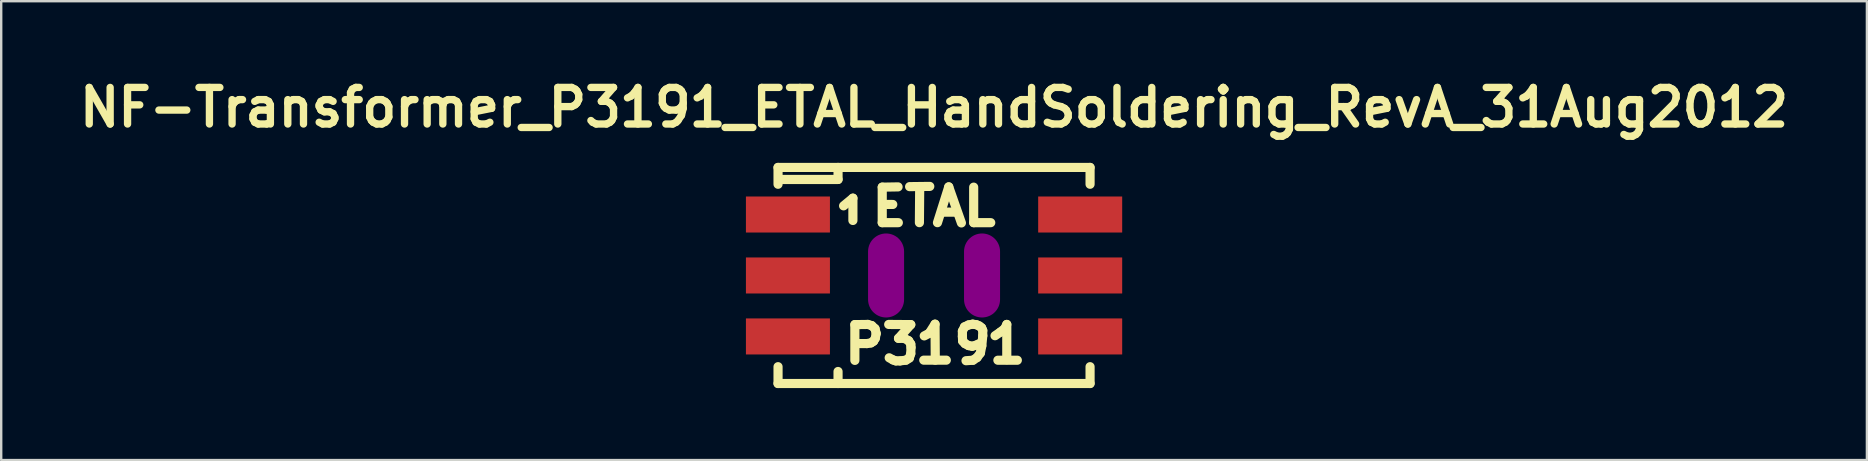
<source format=kicad_pcb>
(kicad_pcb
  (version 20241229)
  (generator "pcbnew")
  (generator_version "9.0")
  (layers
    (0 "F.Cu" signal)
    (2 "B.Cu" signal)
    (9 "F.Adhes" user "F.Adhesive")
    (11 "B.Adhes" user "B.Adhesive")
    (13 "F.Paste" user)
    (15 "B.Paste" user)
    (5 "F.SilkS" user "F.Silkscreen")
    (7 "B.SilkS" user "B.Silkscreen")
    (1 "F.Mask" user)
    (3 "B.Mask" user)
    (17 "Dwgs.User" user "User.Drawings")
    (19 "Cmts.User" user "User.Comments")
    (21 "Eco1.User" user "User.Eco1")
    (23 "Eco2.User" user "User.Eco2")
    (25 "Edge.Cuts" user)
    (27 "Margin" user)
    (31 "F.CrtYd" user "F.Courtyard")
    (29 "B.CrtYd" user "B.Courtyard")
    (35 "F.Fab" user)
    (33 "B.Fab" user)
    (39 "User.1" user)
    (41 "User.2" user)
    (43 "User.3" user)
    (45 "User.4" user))
  (footprint "NF-Transformer_P3191_ETAL_HandSoldering_RevA_31Aug2012"
    (layer "F.Cu")
    (at 35.865 8.427)
    (property "Reference" "NF-Transformer_P3191_ETAL_HandSoldering_RevA_31Aug2012" (at 0 -7 0) (layer "F.SilkS") (effects (font (size 1.524 1.524) (thickness 0.305))))
    (attr smd)
    (fp_line (start -6.5 -4.501) (end -6.5 -3.8) (stroke (width 0.381) (type solid)) (layer "F.SilkS"))
    (fp_line (start -6.5 3.8) (end -6.5 4.501) (stroke (width 0.381) (type solid)) (layer "F.SilkS"))
    (fp_line (start -6.5 4.501) (end 6.5 4.501) (stroke (width 0.381) (type solid)) (layer "F.SilkS"))
    (fp_line (start -4 -4.501) (end -4 -4) (stroke (width 0.381) (type solid)) (layer "F.SilkS"))
    (fp_line (start -4 -4) (end -6.421 -4) (stroke (width 0.381) (type solid)) (layer "F.SilkS"))
    (fp_line (start -4 4.501) (end -4 4) (stroke (width 0.381) (type solid)) (layer "F.SilkS"))
    (fp_line (start -3.769 -2.901) (end -3.381 -3.221) (stroke (width 0.381) (type solid)) (layer "F.SilkS"))
    (fp_line (start -3.381 -3.221) (end -3.381 -2.291) (stroke (width 0.381) (type solid)) (layer "F.SilkS"))
    (fp_line (start -3.299 2.047) (end -2.758 2.04) (stroke (width 0.381) (type solid)) (layer "F.SilkS"))
    (fp_line (start -3.299 3.538) (end -3.299 2.047) (stroke (width 0.381) (type solid)) (layer "F.SilkS"))
    (fp_line (start -2.799 2.837) (end -3.16 2.837) (stroke (width 0.381) (type solid)) (layer "F.SilkS"))
    (fp_line (start -2.758 2.04) (end -2.598 2.088) (stroke (width 0.381) (type solid)) (layer "F.SilkS"))
    (fp_line (start -2.629 2.809) (end -2.799 2.837) (stroke (width 0.381) (type solid)) (layer "F.SilkS"))
    (fp_line (start -2.598 2.088) (end -2.459 2.217) (stroke (width 0.381) (type solid)) (layer "F.SilkS"))
    (fp_line (start -2.52 2.738) (end -2.629 2.809) (stroke (width 0.381) (type solid)) (layer "F.SilkS"))
    (fp_line (start -2.459 2.217) (end -2.41 2.418) (stroke (width 0.381) (type solid)) (layer "F.SilkS"))
    (fp_line (start -2.449 2.619) (end -2.52 2.738) (stroke (width 0.381) (type solid)) (layer "F.SilkS"))
    (fp_line (start -2.41 2.418) (end -2.449 2.619) (stroke (width 0.381) (type solid)) (layer "F.SilkS"))
    (fp_line (start -2.159 -3.68) (end -2.159 -2.2) (stroke (width 0.381) (type solid)) (layer "F.SilkS"))
    (fp_line (start -2.159 -2.2) (end -1.488 -2.2) (stroke (width 0.381) (type solid)) (layer "F.SilkS"))
    (fp_line (start -2.129 -2.959) (end -1.72 -2.959) (stroke (width 0.381) (type solid)) (layer "F.SilkS"))
    (fp_line (start -1.89 2.04) (end -0.97 2.047) (stroke (width 0.381) (type solid)) (layer "F.SilkS"))
    (fp_line (start -1.709 3.518) (end -1.869 3.429) (stroke (width 0.381) (type solid)) (layer "F.SilkS"))
    (fp_line (start -1.59 3.559) (end -1.709 3.518) (stroke (width 0.381) (type solid)) (layer "F.SilkS"))
    (fp_line (start -1.499 -3.691) (end -2.159 -3.68) (stroke (width 0.381) (type solid)) (layer "F.SilkS"))
    (fp_line (start -1.481 2.619) (end -1.24 2.619) (stroke (width 0.381) (type solid)) (layer "F.SilkS"))
    (fp_line (start -1.42 3.559) (end -1.59 3.559) (stroke (width 0.381) (type solid)) (layer "F.SilkS"))
    (fp_line (start -1.24 2.619) (end -1.059 2.718) (stroke (width 0.381) (type solid)) (layer "F.SilkS"))
    (fp_line (start -1.171 3.528) (end -1.42 3.559) (stroke (width 0.381) (type solid)) (layer "F.SilkS"))
    (fp_line (start -1.059 2.718) (end -0.97 2.857) (stroke (width 0.381) (type solid)) (layer "F.SilkS"))
    (fp_line (start -1.029 3.439) (end -1.171 3.528) (stroke (width 0.381) (type solid)) (layer "F.SilkS"))
    (fp_line (start -1.019 -3.701) (end -0.178 -3.711) (stroke (width 0.381) (type solid)) (layer "F.SilkS"))
    (fp_line (start -0.97 2.047) (end -1.481 2.619) (stroke (width 0.381) (type solid)) (layer "F.SilkS"))
    (fp_line (start -0.97 2.857) (end -0.96 2.997) (stroke (width 0.381) (type solid)) (layer "F.SilkS"))
    (fp_line (start -0.97 3.259) (end -1.029 3.439) (stroke (width 0.381) (type solid)) (layer "F.SilkS"))
    (fp_line (start -0.96 2.997) (end -0.97 3.259) (stroke (width 0.381) (type solid)) (layer "F.SilkS"))
    (fp_line (start -0.61 -2.2) (end -0.599 -3.589) (stroke (width 0.381) (type solid)) (layer "F.SilkS"))
    (fp_line (start -0.429 3.528) (end 0.511 3.528) (stroke (width 0.381) (type solid)) (layer "F.SilkS"))
    (fp_line (start -0.409 2.517) (end -0.201 2.408) (stroke (width 0.381) (type solid)) (layer "F.SilkS"))
    (fp_line (start -0.201 2.408) (end 0.041 2.029) (stroke (width 0.381) (type solid)) (layer "F.SilkS"))
    (fp_line (start 0.041 2.029) (end 0.051 3.528) (stroke (width 0.381) (type solid)) (layer "F.SilkS"))
    (fp_line (start 0.142 -2.2) (end 0.612 -3.691) (stroke (width 0.381) (type solid)) (layer "F.SilkS"))
    (fp_line (start 0.32 -2.639) (end 0.861 -2.639) (stroke (width 0.381) (type solid)) (layer "F.SilkS"))
    (fp_line (start 0.612 -3.691) (end 1.14 -2.189) (stroke (width 0.381) (type solid)) (layer "F.SilkS"))
    (fp_line (start 1.181 2.319) (end 1.181 2.54) (stroke (width 0.381) (type solid)) (layer "F.SilkS"))
    (fp_line (start 1.181 2.54) (end 1.191 2.731) (stroke (width 0.381) (type solid)) (layer "F.SilkS"))
    (fp_line (start 1.191 2.731) (end 1.29 2.84) (stroke (width 0.381) (type solid)) (layer "F.SilkS"))
    (fp_line (start 1.27 2.141) (end 1.181 2.319) (stroke (width 0.381) (type solid)) (layer "F.SilkS"))
    (fp_line (start 1.29 2.84) (end 1.44 2.921) (stroke (width 0.381) (type solid)) (layer "F.SilkS"))
    (fp_line (start 1.331 3.551) (end 1.621 3.531) (stroke (width 0.381) (type solid)) (layer "F.SilkS"))
    (fp_line (start 1.44 2.06) (end 1.27 2.141) (stroke (width 0.381) (type solid)) (layer "F.SilkS"))
    (fp_line (start 1.44 2.921) (end 1.59 2.949) (stroke (width 0.381) (type solid)) (layer "F.SilkS"))
    (fp_line (start 1.59 2.949) (end 1.76 2.901) (stroke (width 0.381) (type solid)) (layer "F.SilkS"))
    (fp_line (start 1.61 2.029) (end 1.44 2.06) (stroke (width 0.381) (type solid)) (layer "F.SilkS"))
    (fp_line (start 1.621 3.531) (end 1.791 3.419) (stroke (width 0.381) (type solid)) (layer "F.SilkS"))
    (fp_line (start 1.651 -3.68) (end 1.651 -2.2) (stroke (width 0.381) (type solid)) (layer "F.SilkS"))
    (fp_line (start 1.651 -2.2) (end 2.362 -2.2) (stroke (width 0.381) (type solid)) (layer "F.SilkS"))
    (fp_line (start 1.76 2.05) (end 1.61 2.029) (stroke (width 0.381) (type solid)) (layer "F.SilkS"))
    (fp_line (start 1.76 2.901) (end 1.88 2.84) (stroke (width 0.381) (type solid)) (layer "F.SilkS"))
    (fp_line (start 1.791 3.419) (end 1.93 3.231) (stroke (width 0.381) (type solid)) (layer "F.SilkS"))
    (fp_line (start 1.88 2.101) (end 1.76 2.05) (stroke (width 0.381) (type solid)) (layer "F.SilkS"))
    (fp_line (start 1.93 3.231) (end 1.989 2.931) (stroke (width 0.381) (type solid)) (layer "F.SilkS"))
    (fp_line (start 1.981 2.179) (end 1.88 2.101) (stroke (width 0.381) (type solid)) (layer "F.SilkS"))
    (fp_line (start 1.989 2.931) (end 2.029 2.51) (stroke (width 0.381) (type solid)) (layer "F.SilkS"))
    (fp_line (start 2.029 2.291) (end 1.981 2.179) (stroke (width 0.381) (type solid)) (layer "F.SilkS"))
    (fp_line (start 2.029 2.51) (end 2.029 2.291) (stroke (width 0.381) (type solid)) (layer "F.SilkS"))
    (fp_line (start 2.54 2.51) (end 2.761 2.36) (stroke (width 0.381) (type solid)) (layer "F.SilkS"))
    (fp_line (start 2.659 3.531) (end 3.47 3.531) (stroke (width 0.381) (type solid)) (layer "F.SilkS"))
    (fp_line (start 2.761 2.36) (end 2.949 2.21) (stroke (width 0.381) (type solid)) (layer "F.SilkS"))
    (fp_line (start 2.949 2.21) (end 3.03 2.04) (stroke (width 0.381) (type solid)) (layer "F.SilkS"))
    (fp_line (start 3.03 2.04) (end 3.03 3.51) (stroke (width 0.381) (type solid)) (layer "F.SilkS"))
    (fp_line (start 6.5 -4.501) (end -6.5 -4.501) (stroke (width 0.381) (type solid)) (layer "F.SilkS"))
    (fp_line (start 6.5 -4.501) (end 6.5 -3.8) (stroke (width 0.381) (type solid)) (layer "F.SilkS"))
    (fp_line (start 6.5 3.8) (end 6.5 4.501) (stroke (width 0.381) (type solid)) (layer "F.SilkS"))
    (pad "" smd oval (at -1.999 0 90) (size 3.5 1.501) (layers "F.Adhes"))
    (pad "" smd oval (at 1.999 0 90) (size 3.5 1.501) (layers "F.Adhes"))
    (pad "1" smd rect (at -6.088 -2.54) (size 3.5 1.501) (layers "F.Cu" "F.Mask" "F.Paste"))
    (pad "2" smd rect (at -6.088 0) (size 3.5 1.501) (layers "F.Cu" "F.Mask" "F.Paste"))
    (pad "2" smd rect (at -6.088 2.54) (size 3.5 1.501) (layers "F.Cu" "F.Mask" "F.Paste"))
    (pad "3" smd rect (at 6.088 2.54) (size 3.5 1.501) (layers "F.Cu" "F.Mask" "F.Paste"))
    (pad "4" smd rect (at 6.088 0) (size 3.5 1.501) (layers "F.Cu" "F.Mask" "F.Paste"))
    (pad "5" smd rect (at 6.088 -2.54) (size 3.5 1.501) (layers "F.Cu" "F.Mask" "F.Paste")))
  (gr_rect
    (start -3 -3)
    (end 74.73 16.118)
    (stroke (width 0.1) (type default))
    (fill no)
    (layer "Edge.Cuts")))
</source>
